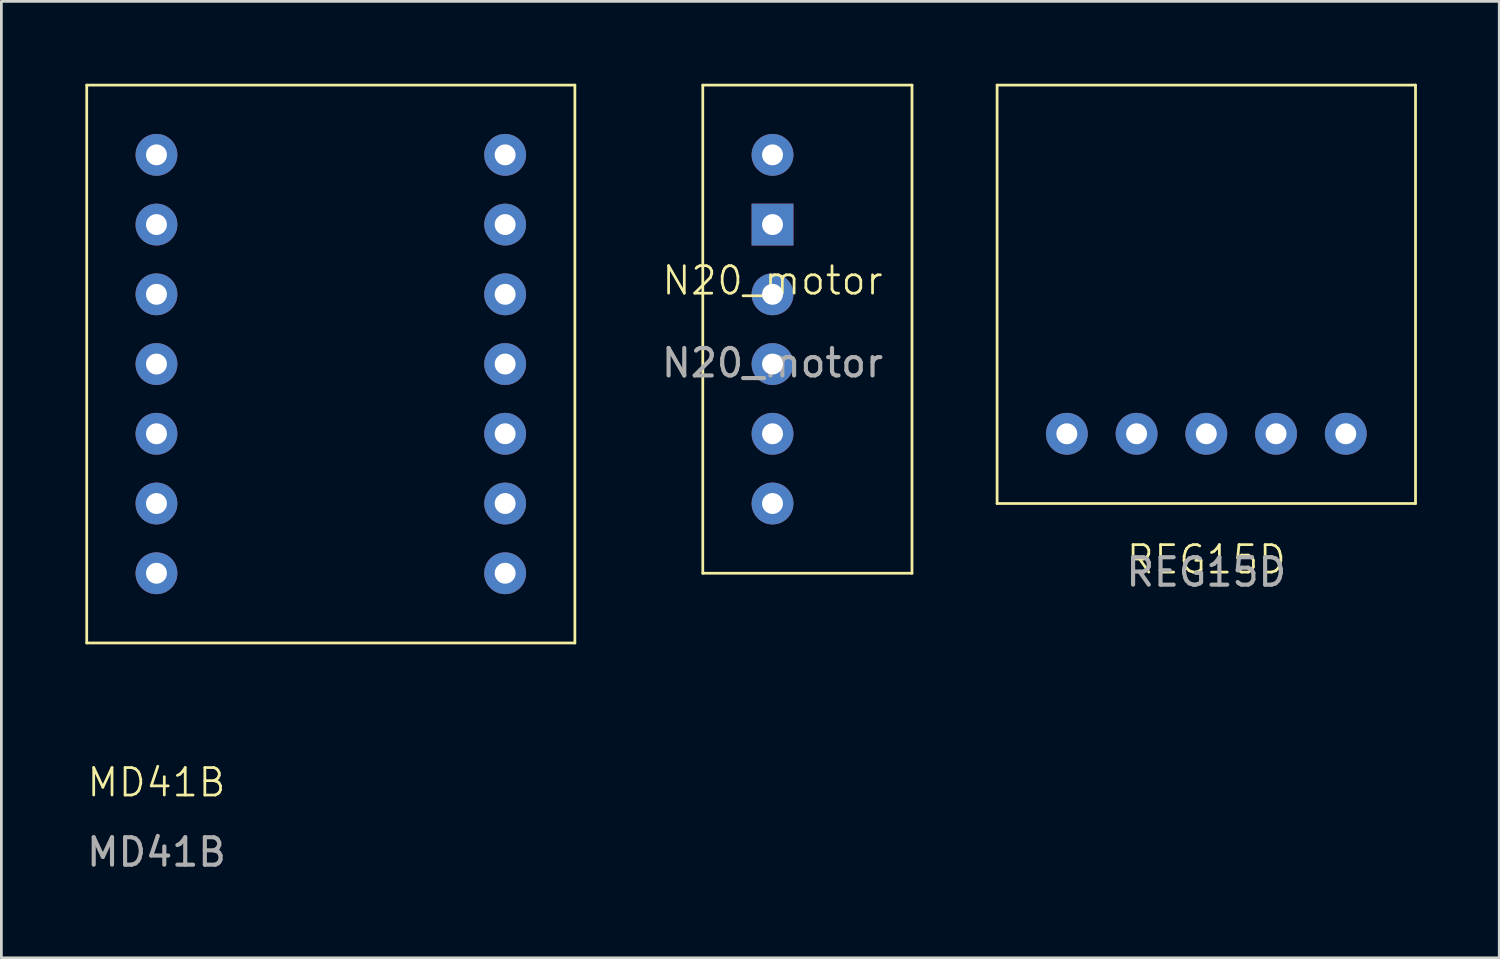
<source format=kicad_pcb>
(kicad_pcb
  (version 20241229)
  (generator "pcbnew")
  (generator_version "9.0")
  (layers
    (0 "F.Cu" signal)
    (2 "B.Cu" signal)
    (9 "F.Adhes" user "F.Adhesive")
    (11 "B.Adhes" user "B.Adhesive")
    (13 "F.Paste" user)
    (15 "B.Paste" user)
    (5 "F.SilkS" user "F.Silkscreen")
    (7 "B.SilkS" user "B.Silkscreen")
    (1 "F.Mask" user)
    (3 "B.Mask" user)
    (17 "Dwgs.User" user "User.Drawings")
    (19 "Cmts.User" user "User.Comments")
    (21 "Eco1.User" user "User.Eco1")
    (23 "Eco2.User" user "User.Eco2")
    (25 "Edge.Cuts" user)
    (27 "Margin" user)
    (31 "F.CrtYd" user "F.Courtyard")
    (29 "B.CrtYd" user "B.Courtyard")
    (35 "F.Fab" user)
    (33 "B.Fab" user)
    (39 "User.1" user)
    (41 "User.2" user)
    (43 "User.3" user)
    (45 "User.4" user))
  (footprint "REG15D"
    (layer "F.Cu")
    (at 40.888 15.29)
    (property "Reference" "REG15D" (at 0 2.04 0) (unlocked yes) (layer "F.SilkS") (effects (font (size 1 1) (thickness 0.1))))
    (attr through_hole)
    (fp_line (start -7.62 -15.24) (end -7.62 0) (stroke (width 0.1) (type default)) (layer "F.SilkS"))
    (fp_line (start -7.62 0) (end 7.62 0) (stroke (width 0.1) (type default)) (layer "F.SilkS"))
    (fp_line (start 7.62 -15.24) (end -7.62 -15.24) (stroke (width 0.1) (type default)) (layer "F.SilkS"))
    (fp_line (start 7.62 0) (end 7.62 -15.24) (stroke (width 0.1) (type default)) (layer "F.SilkS"))
    (fp_text user "${REFERENCE}" (at 0 2.5 0) (unlocked yes) (layer "F.Fab") (effects (font (size 1 1) (thickness 0.15))))
    (pad "1" thru_hole circle (at -5.08 -2.54) (size 1.524 1.524) (drill 0.762) (layers "*.Cu" "*.Mask"))
    (pad "2" thru_hole circle (at -2.54 -2.54) (size 1.524 1.524) (drill 0.762) (layers "*.Cu" "*.Mask"))
    (pad "3" thru_hole circle (at 0 -2.54) (size 1.524 1.524) (drill 0.762) (layers "*.Cu" "*.Mask"))
    (pad "4" thru_hole circle (at 2.54 -2.54) (size 1.524 1.524) (drill 0.762) (layers "*.Cu" "*.Mask"))
    (pad "5" thru_hole circle (at 5.08 -2.54) (size 1.524 1.524) (drill 0.762) (layers "*.Cu" "*.Mask")))
  (footprint "N20_motor"
    (layer "F.Cu")
    (at 25.088 7.67)
    (property "Reference" "N20_motor" (at 0 -0.5 0) (unlocked yes) (layer "F.SilkS") (effects (font (size 1 1) (thickness 0.1))))
    (attr through_hole)
    (fp_line (start -2.54 -7.62) (end 5.08 -7.62) (stroke (width 0.1) (type default)) (layer "F.SilkS"))
    (fp_line (start -2.54 10.16) (end -2.54 -7.62) (stroke (width 0.1) (type default)) (layer "F.SilkS"))
    (fp_line (start 5.08 -7.62) (end 5.08 10.16) (stroke (width 0.1) (type default)) (layer "F.SilkS"))
    (fp_line (start 5.08 10.16) (end -2.54 10.16) (stroke (width 0.1) (type default)) (layer "F.SilkS"))
    (fp_text user "${REFERENCE}" (at 0 2.5 0) (unlocked yes) (layer "F.Fab") (effects (font (size 1 1) (thickness 0.15))))
    (pad "1" thru_hole circle (at 0 -5.08) (size 1.524 1.524) (drill 0.762) (layers "*.Cu" "*.Mask"))
    (pad "2" thru_hole rect (at 0 -2.54) (size 1.524 1.524) (drill 0.762) (layers "*.Cu" "*.Mask"))
    (pad "3" thru_hole circle (at 0 0) (size 1.524 1.524) (drill 0.762) (layers "*.Cu" "*.Mask"))
    (pad "4" thru_hole circle (at 0 2.54) (size 1.524 1.524) (drill 0.762) (layers "*.Cu" "*.Mask"))
    (pad "5" thru_hole circle (at 0 5.08) (size 1.524 1.524) (drill 0.762) (layers "*.Cu" "*.Mask"))
    (pad "6" thru_hole circle (at 0 7.62) (size 1.524 1.524) (drill 0.762) (layers "*.Cu" "*.Mask")))
  (footprint "MD41B"
    (layer "F.Cu")
    (at 2.649 10.21)
    (property "Reference" "MD41B" (at 0 15.24 0) (unlocked yes) (layer "F.SilkS") (effects (font (size 1 1) (thickness 0.1))))
    (attr through_hole)
    (fp_line (start -2.54 -10.16) (end 15.24 -10.16) (stroke (width 0.1) (type default)) (layer "F.SilkS"))
    (fp_line (start -2.54 10.16) (end -2.54 -10.16) (stroke (width 0.1) (type default)) (layer "F.SilkS"))
    (fp_line (start 15.24 -10.16) (end 15.24 10.16) (stroke (width 0.1) (type default)) (layer "F.SilkS"))
    (fp_line (start 15.24 10.16) (end -2.54 10.16) (stroke (width 0.1) (type default)) (layer "F.SilkS"))
    (fp_text user "${REFERENCE}" (at 0 17.78 0) (unlocked yes) (layer "F.Fab") (effects (font (size 1 1) (thickness 0.15))))
    (pad "1" thru_hole circle (at 0 -7.62) (size 1.524 1.524) (drill 0.762) (layers "*.Cu" "*.Mask"))
    (pad "2" thru_hole circle (at 0 -5.08) (size 1.524 1.524) (drill 0.762) (layers "*.Cu" "*.Mask"))
    (pad "3" thru_hole circle (at 0 -2.54) (size 1.524 1.524) (drill 0.762) (layers "*.Cu" "*.Mask"))
    (pad "4" thru_hole circle (at 0 0) (size 1.524 1.524) (drill 0.762) (layers "*.Cu" "*.Mask"))
    (pad "5" thru_hole circle (at 0 2.54) (size 1.524 1.524) (drill 0.762) (layers "*.Cu" "*.Mask"))
    (pad "6" thru_hole circle (at 0 5.08) (size 1.524 1.524) (drill 0.762) (layers "*.Cu" "*.Mask"))
    (pad "7" thru_hole circle (at 0 7.62) (size 1.524 1.524) (drill 0.762) (layers "*.Cu" "*.Mask"))
    (pad "8" thru_hole circle (at 12.7 -7.62) (size 1.524 1.524) (drill 0.762) (layers "*.Cu" "*.Mask"))
    (pad "9" thru_hole circle (at 12.7 -5.08) (size 1.524 1.524) (drill 0.762) (layers "*.Cu" "*.Mask"))
    (pad "10" thru_hole circle (at 12.7 -2.54) (size 1.524 1.524) (drill 0.762) (layers "*.Cu" "*.Mask"))
    (pad "11" thru_hole circle (at 12.7 0) (size 1.524 1.524) (drill 0.762) (layers "*.Cu" "*.Mask"))
    (pad "12" thru_hole circle (at 12.7 2.54) (size 1.524 1.524) (drill 0.762) (layers "*.Cu" "*.Mask"))
    (pad "13" thru_hole circle (at 12.7 5.08) (size 1.524 1.524) (drill 0.762) (layers "*.Cu" "*.Mask"))
    (pad "14" thru_hole circle (at 12.7 7.62) (size 1.524 1.524) (drill 0.762) (layers "*.Cu" "*.Mask")))
  (gr_rect
    (start -3 -3)
    (end 51.558 31.838)
    (stroke (width 0.1) (type default))
    (fill no)
    (layer "Edge.Cuts")))
</source>
